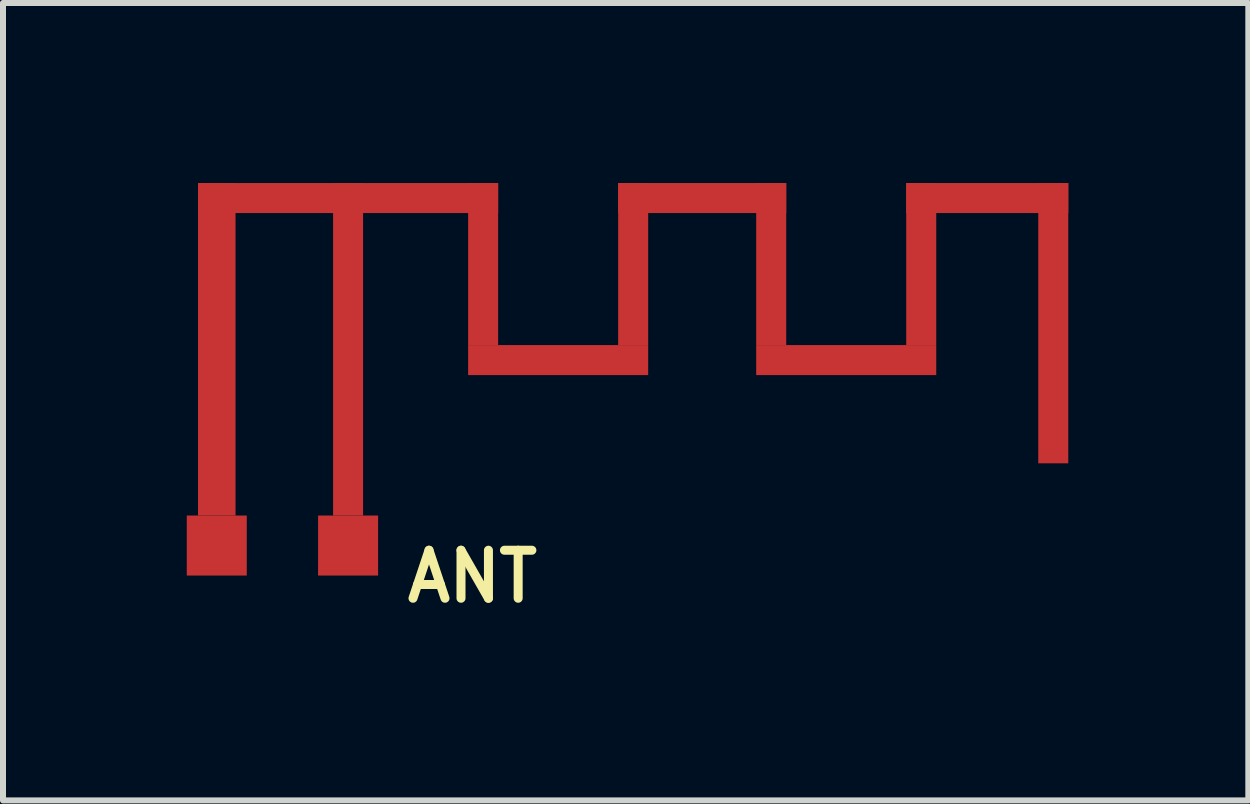
<source format=kicad_pcb>
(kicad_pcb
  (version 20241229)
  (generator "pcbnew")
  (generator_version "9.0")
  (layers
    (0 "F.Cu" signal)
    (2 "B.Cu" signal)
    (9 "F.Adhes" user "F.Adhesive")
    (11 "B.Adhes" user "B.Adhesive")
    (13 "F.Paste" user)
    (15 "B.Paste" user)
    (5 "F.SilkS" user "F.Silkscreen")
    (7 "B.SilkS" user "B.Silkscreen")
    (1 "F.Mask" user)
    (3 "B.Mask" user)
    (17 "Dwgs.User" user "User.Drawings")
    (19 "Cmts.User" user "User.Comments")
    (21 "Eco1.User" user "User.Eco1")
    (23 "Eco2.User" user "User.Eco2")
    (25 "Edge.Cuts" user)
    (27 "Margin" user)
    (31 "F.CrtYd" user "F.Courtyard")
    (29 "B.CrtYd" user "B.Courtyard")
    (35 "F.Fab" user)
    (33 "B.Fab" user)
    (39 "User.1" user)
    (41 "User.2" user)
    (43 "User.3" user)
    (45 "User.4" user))
  (footprint "ANT"
    (layer "F.Cu")
    (at 0.25 5.54)
    (property "Reference" "ANT" (at 4.572 1.016 0) (layer "F.SilkS") (effects (font (size 0.8 0.8) (thickness 0.15))))
    (attr through_hole)
    (pad "" smd rect (at 0.312 -2.77) (size 0.625 5.54) (layers "F.Cu" "F.Paste"))
    (pad "" smd rect (at 2.5 -5.29) (size 5 0.5) (layers "F.Cu" "F.Paste"))
    (pad "" smd rect (at 2.5 -2.77) (size 0.5 5.54) (layers "F.Cu" "F.Paste"))
    (pad "" smd rect (at 4.75 -4.19) (size 0.5 2.7) (layers "F.Cu" "F.Paste"))
    (pad "" smd rect (at 6 -2.59) (size 3 0.5) (layers "F.Cu" "F.Paste"))
    (pad "" smd rect (at 7.25 -4.19) (size 0.5 2.7) (layers "F.Cu" "F.Paste"))
    (pad "" smd rect (at 8.4 -5.29) (size 2.8 0.5) (layers "F.Cu" "F.Paste"))
    (pad "" smd rect (at 9.55 -4.19) (size 0.5 2.7) (layers "F.Cu" "F.Paste"))
    (pad "" smd rect (at 10.8 -2.59) (size 3 0.5) (layers "F.Cu" "F.Paste"))
    (pad "" smd rect (at 12.05 -4.19) (size 0.5 2.7) (layers "F.Cu" "F.Paste"))
    (pad "" smd rect (at 13.15 -5.29) (size 2.7 0.5) (layers "F.Cu" "F.Paste"))
    (pad "" smd rect (at 14.25 -3.205) (size 0.5 4.67) (layers "F.Cu" "F.Paste"))
    (pad "1" smd rect (at 2.5 0.5) (size 1 1) (layers "F.Cu" "F.Paste"))
    (pad "2" smd rect (at 0.312 0.5) (size 1 1) (layers "F.Cu" "F.Paste")))
  (gr_rect
    (start -3 -3)
    (end 17.75 10.287)
    (stroke (width 0.1) (type default))
    (fill no)
    (layer "Edge.Cuts")))
</source>
